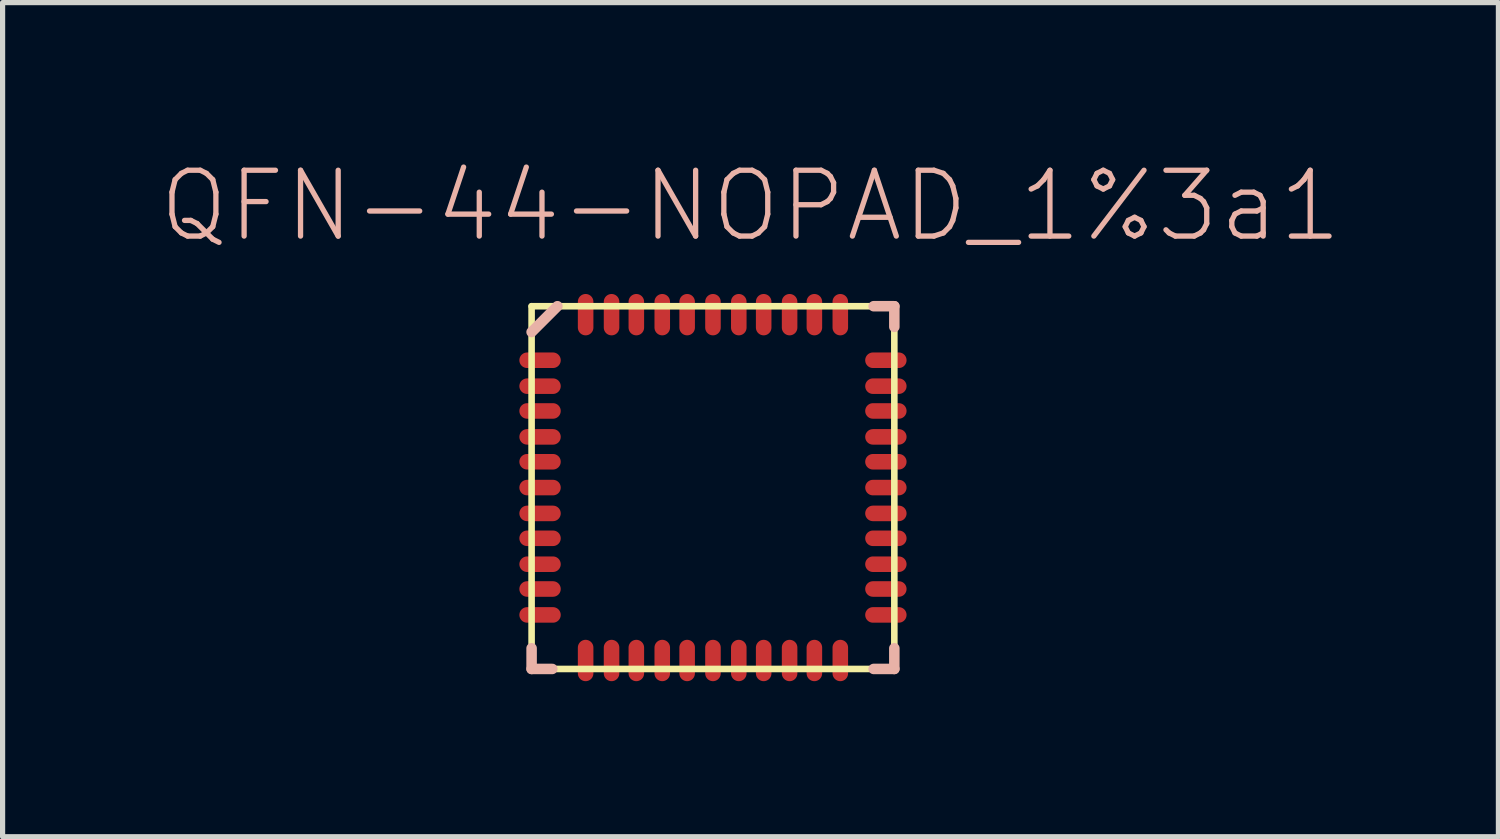
<source format=kicad_pcb>
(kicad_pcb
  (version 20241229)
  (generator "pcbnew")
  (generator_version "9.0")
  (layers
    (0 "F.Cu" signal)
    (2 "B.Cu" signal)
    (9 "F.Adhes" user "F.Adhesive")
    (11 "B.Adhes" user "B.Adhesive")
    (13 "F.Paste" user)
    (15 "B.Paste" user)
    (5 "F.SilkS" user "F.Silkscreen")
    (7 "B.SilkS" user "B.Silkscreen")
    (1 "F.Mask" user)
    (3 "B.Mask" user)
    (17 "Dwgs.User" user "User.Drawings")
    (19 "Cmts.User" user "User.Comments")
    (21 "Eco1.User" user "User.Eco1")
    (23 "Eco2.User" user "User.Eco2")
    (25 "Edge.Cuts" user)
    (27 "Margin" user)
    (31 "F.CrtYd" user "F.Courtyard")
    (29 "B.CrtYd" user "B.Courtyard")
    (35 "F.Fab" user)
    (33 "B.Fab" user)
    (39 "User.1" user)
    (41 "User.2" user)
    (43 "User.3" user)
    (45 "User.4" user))
  (footprint "QFN-44-NOPAD_1%3a1"
    (layer "F.Cu")
    (at 10.701 6.354)
    (property "Reference" "QFN-44-NOPAD_1%3a1" (at 0.724 -5.433 0) (layer "B.SilkS") (effects (font (size 1.27 1.27) (thickness 0.102))))
    (attr smd)
    (fp_line (start -3.498 -3.498) (end -3.498 3.498) (stroke (width 0.127) (type solid)) (layer "F.SilkS"))
    (fp_line (start -3.399 3.498) (end 3.498 3.498) (stroke (width 0.127) (type solid)) (layer "F.SilkS"))
    (fp_line (start 3.498 -3.498) (end -3.498 -3.498) (stroke (width 0.127) (type solid)) (layer "F.SilkS"))
    (fp_line (start 3.498 3.498) (end 3.498 -3.498) (stroke (width 0.127) (type solid)) (layer "F.SilkS"))
    (fp_line (start -3.498 3.498) (end -3.498 3.099) (stroke (width 0.203) (type solid)) (layer "B.SilkS"))
    (fp_line (start -3.099 3.498) (end -3.498 3.498) (stroke (width 0.203) (type solid)) (layer "B.SilkS"))
    (fp_line (start -3 -3.498) (end -3.498 -3) (stroke (width 0.203) (type solid)) (layer "B.SilkS"))
    (fp_line (start 3.099 3.498) (end 3.498 3.498) (stroke (width 0.203) (type solid)) (layer "B.SilkS"))
    (fp_line (start 3.498 -3.498) (end 3.099 -3.498) (stroke (width 0.203) (type solid)) (layer "B.SilkS"))
    (fp_line (start 3.498 -3.099) (end 3.498 -3.498) (stroke (width 0.203) (type solid)) (layer "B.SilkS"))
    (fp_line (start 3.498 3.099) (end 3.498 3.498) (stroke (width 0.203) (type solid)) (layer "B.SilkS"))
    (pad "1" smd oval (at -3.335 -2.456 180) (size 0.798 0.3) (layers "F.Cu" "F.Mask" "F.Paste"))
    (pad "2" smd oval (at -3.335 -1.956 180) (size 0.798 0.3) (layers "F.Cu" "F.Mask" "F.Paste"))
    (pad "3" smd oval (at -3.335 -1.478 180) (size 0.798 0.3) (layers "F.Cu" "F.Mask" "F.Paste"))
    (pad "4" smd oval (at -3.335 -0.978 180) (size 0.798 0.3) (layers "F.Cu" "F.Mask" "F.Paste"))
    (pad "5" smd oval (at -3.335 -0.498 180) (size 0.798 0.3) (layers "F.Cu" "F.Mask" "F.Paste"))
    (pad "6" smd oval (at -3.335 0 180) (size 0.798 0.3) (layers "F.Cu" "F.Mask" "F.Paste"))
    (pad "7" smd oval (at -3.335 0.498) (size 0.798 0.3) (layers "F.Cu" "F.Mask" "F.Paste"))
    (pad "8" smd oval (at -3.335 0.978) (size 0.798 0.3) (layers "F.Cu" "F.Mask" "F.Paste"))
    (pad "9" smd oval (at -3.335 1.478) (size 0.798 0.3) (layers "F.Cu" "F.Mask" "F.Paste"))
    (pad "10" smd oval (at -3.335 1.956) (size 0.798 0.3) (layers "F.Cu" "F.Mask" "F.Paste"))
    (pad "11" smd oval (at -3.335 2.456) (size 0.798 0.3) (layers "F.Cu" "F.Mask" "F.Paste"))
    (pad "12" smd oval (at -2.456 3.335 270) (size 0.798 0.3) (layers "F.Cu" "F.Mask" "F.Paste"))
    (pad "13" smd oval (at -1.956 3.335 270) (size 0.798 0.3) (layers "F.Cu" "F.Mask" "F.Paste"))
    (pad "14" smd oval (at -1.478 3.335 270) (size 0.798 0.3) (layers "F.Cu" "F.Mask" "F.Paste"))
    (pad "15" smd oval (at -0.978 3.335 270) (size 0.798 0.3) (layers "F.Cu" "F.Mask" "F.Paste"))
    (pad "16" smd oval (at -0.498 3.335 270) (size 0.798 0.3) (layers "F.Cu" "F.Mask" "F.Paste"))
    (pad "17" smd oval (at 0 3.335 270) (size 0.798 0.3) (layers "F.Cu" "F.Mask" "F.Paste"))
    (pad "18" smd oval (at 0.498 3.335 90) (size 0.798 0.3) (layers "F.Cu" "F.Mask" "F.Paste"))
    (pad "19" smd oval (at 0.978 3.335 90) (size 0.798 0.3) (layers "F.Cu" "F.Mask" "F.Paste"))
    (pad "20" smd oval (at 1.478 3.335 90) (size 0.798 0.3) (layers "F.Cu" "F.Mask" "F.Paste"))
    (pad "21" smd oval (at 1.956 3.335 90) (size 0.798 0.3) (layers "F.Cu" "F.Mask" "F.Paste"))
    (pad "22" smd oval (at 2.456 3.335 90) (size 0.798 0.3) (layers "F.Cu" "F.Mask" "F.Paste"))
    (pad "23" smd oval (at 3.335 2.456) (size 0.798 0.3) (layers "F.Cu" "F.Mask" "F.Paste"))
    (pad "24" smd oval (at 3.335 1.956) (size 0.798 0.3) (layers "F.Cu" "F.Mask" "F.Paste"))
    (pad "25" smd oval (at 3.335 1.478) (size 0.798 0.3) (layers "F.Cu" "F.Mask" "F.Paste"))
    (pad "26" smd oval (at 3.335 0.978) (size 0.798 0.3) (layers "F.Cu" "F.Mask" "F.Paste"))
    (pad "27" smd oval (at 3.335 0.498) (size 0.798 0.3) (layers "F.Cu" "F.Mask" "F.Paste"))
    (pad "28" smd oval (at 3.335 0) (size 0.798 0.3) (layers "F.Cu" "F.Mask" "F.Paste"))
    (pad "29" smd oval (at 3.335 -0.498 180) (size 0.798 0.3) (layers "F.Cu" "F.Mask" "F.Paste"))
    (pad "30" smd oval (at 3.335 -0.978 180) (size 0.798 0.3) (layers "F.Cu" "F.Mask" "F.Paste"))
    (pad "31" smd oval (at 3.335 -1.478 180) (size 0.798 0.3) (layers "F.Cu" "F.Mask" "F.Paste"))
    (pad "32" smd oval (at 3.335 -1.956 180) (size 0.798 0.3) (layers "F.Cu" "F.Mask" "F.Paste"))
    (pad "33" smd oval (at 3.335 -2.456 180) (size 0.798 0.3) (layers "F.Cu" "F.Mask" "F.Paste"))
    (pad "34" smd oval (at 2.456 -3.335 90) (size 0.798 0.3) (layers "F.Cu" "F.Mask" "F.Paste"))
    (pad "35" smd oval (at 1.956 -3.335 90) (size 0.798 0.3) (layers "F.Cu" "F.Mask" "F.Paste"))
    (pad "36" smd oval (at 1.478 -3.335 90) (size 0.798 0.3) (layers "F.Cu" "F.Mask" "F.Paste"))
    (pad "37" smd oval (at 0.978 -3.335 90) (size 0.798 0.3) (layers "F.Cu" "F.Mask" "F.Paste"))
    (pad "38" smd oval (at 0.498 -3.335 90) (size 0.798 0.3) (layers "F.Cu" "F.Mask" "F.Paste"))
    (pad "39" smd oval (at 0 -3.335 90) (size 0.798 0.3) (layers "F.Cu" "F.Mask" "F.Paste"))
    (pad "40" smd oval (at -0.498 -3.335 270) (size 0.798 0.3) (layers "F.Cu" "F.Mask" "F.Paste"))
    (pad "41" smd oval (at -0.978 -3.335 270) (size 0.798 0.3) (layers "F.Cu" "F.Mask" "F.Paste"))
    (pad "42" smd oval (at -1.478 -3.335 270) (size 0.798 0.3) (layers "F.Cu" "F.Mask" "F.Paste"))
    (pad "43" smd oval (at -1.956 -3.335 270) (size 0.798 0.3) (layers "F.Cu" "F.Mask" "F.Paste"))
    (pad "44" smd oval (at -2.456 -3.335 270) (size 0.798 0.3) (layers "F.Cu" "F.Mask" "F.Paste")))
  (gr_rect
    (start -3 -3)
    (end 25.85 13.088)
    (stroke (width 0.1) (type default))
    (fill no)
    (layer "Edge.Cuts")))
</source>
